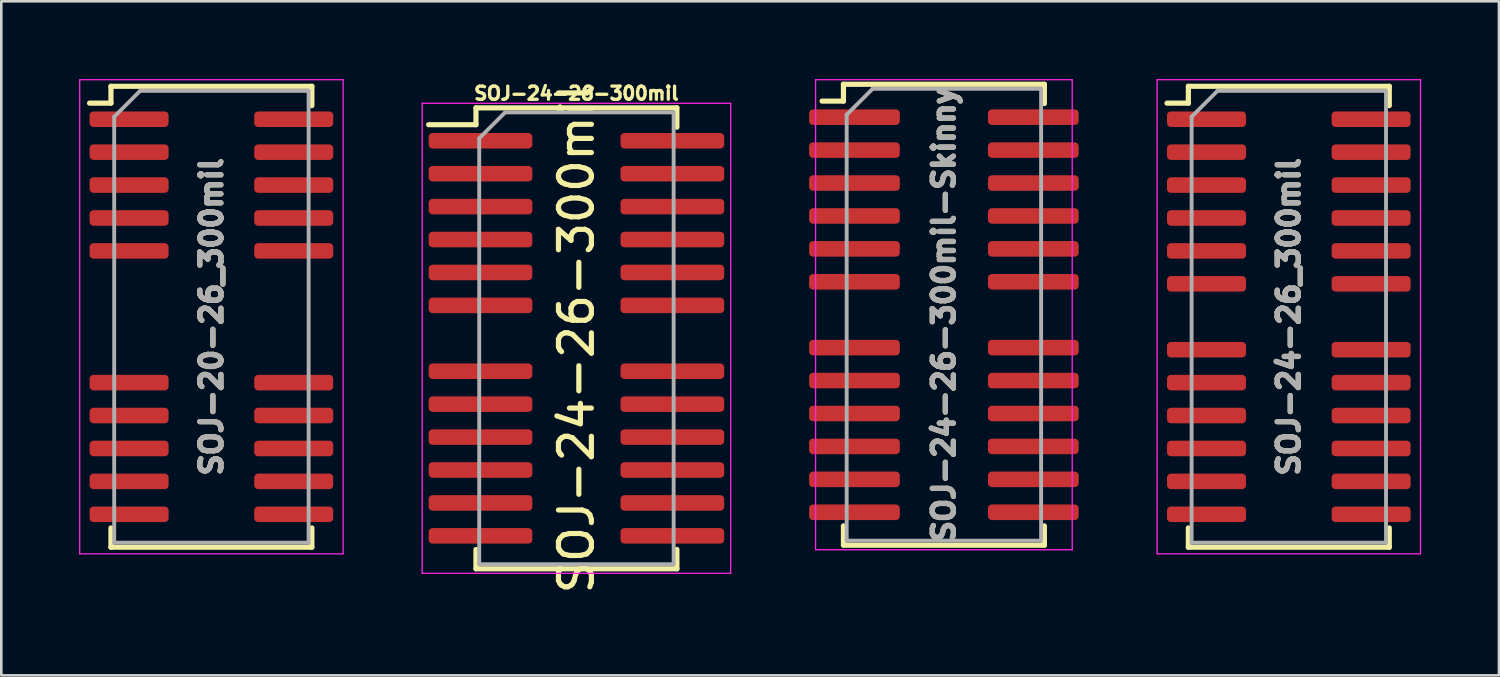
<source format=kicad_pcb>
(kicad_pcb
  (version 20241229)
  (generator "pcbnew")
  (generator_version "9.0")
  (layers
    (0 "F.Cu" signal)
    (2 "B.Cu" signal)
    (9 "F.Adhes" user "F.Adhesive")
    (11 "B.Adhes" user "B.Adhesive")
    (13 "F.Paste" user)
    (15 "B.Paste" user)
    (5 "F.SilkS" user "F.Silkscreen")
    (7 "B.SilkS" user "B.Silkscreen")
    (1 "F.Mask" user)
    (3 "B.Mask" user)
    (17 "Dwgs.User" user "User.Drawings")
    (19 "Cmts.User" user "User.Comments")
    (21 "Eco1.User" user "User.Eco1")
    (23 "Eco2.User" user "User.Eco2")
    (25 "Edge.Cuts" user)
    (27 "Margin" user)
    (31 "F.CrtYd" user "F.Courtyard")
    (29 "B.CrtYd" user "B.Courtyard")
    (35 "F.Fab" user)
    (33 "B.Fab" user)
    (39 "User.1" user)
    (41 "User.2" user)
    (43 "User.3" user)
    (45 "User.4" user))
  (footprint "SOJ-24-26-300mil-Skinny"
    (layer "F.Cu")
    (at 33.36 9.09)
    (property "Reference" "SOJ-24-26-300mil-Skinny" (at 0 0 90) (layer "F.Fab") (effects (font (size 0.813 0.813) (thickness 0.203))))
    (attr smd)
    (fp_line (start -3.875 -8.89) (end -3.875 -8.24) (stroke (width 0.2) (type solid)) (layer "F.SilkS"))
    (fp_line (start -3.875 -8.89) (end 3.875 -8.89) (stroke (width 0.2) (type solid)) (layer "F.SilkS"))
    (fp_line (start -3.875 -8.24) (end -4.7 -8.24) (stroke (width 0.2) (type solid)) (layer "F.SilkS"))
    (fp_line (start -3.875 8.89) (end -3.875 8.145) (stroke (width 0.2) (type solid)) (layer "F.SilkS"))
    (fp_line (start -3.875 8.89) (end 3.875 8.89) (stroke (width 0.2) (type solid)) (layer "F.SilkS"))
    (fp_line (start 3.875 -8.89) (end 3.875 -8.145) (stroke (width 0.2) (type solid)) (layer "F.SilkS"))
    (fp_line (start 3.875 8.89) (end 3.875 8.145) (stroke (width 0.2) (type solid)) (layer "F.SilkS"))
    (fp_line (start -4.95 -9.065) (end -4.95 9.065) (stroke (width 0.05) (type solid)) (layer "F.CrtYd"))
    (fp_line (start -4.95 -9.065) (end 4.95 -9.065) (stroke (width 0.05) (type solid)) (layer "F.CrtYd"))
    (fp_line (start -4.95 9.065) (end 4.95 9.065) (stroke (width 0.05) (type solid)) (layer "F.CrtYd"))
    (fp_line (start 4.95 -9.065) (end 4.95 9.065) (stroke (width 0.05) (type solid)) (layer "F.CrtYd"))
    (fp_line (start -3.75 -7.715) (end -2.75 -8.715) (stroke (width 0.15) (type solid)) (layer "F.Fab"))
    (fp_line (start -3.75 8.715) (end -3.75 -7.715) (stroke (width 0.15) (type solid)) (layer "F.Fab"))
    (fp_line (start -2.75 -8.715) (end 3.75 -8.715) (stroke (width 0.15) (type solid)) (layer "F.Fab"))
    (fp_line (start 3.75 -8.715) (end 3.75 8.715) (stroke (width 0.15) (type solid)) (layer "F.Fab"))
    (fp_line (start 3.75 8.715) (end -3.75 8.715) (stroke (width 0.15) (type solid)) (layer "F.Fab"))
    (fp_text user "${REFERENCE}" (at 0 0 90) (layer "F.SilkS") (effects (font (size 0.813 0.813) (thickness 0.203))))
    (pad "1" smd roundrect (at -3.45 -7.62) (size 3.5 0.6) (layers "F.Cu" "F.Mask" "F.Paste") (roundrect_rratio 0.25))
    (pad "2" smd roundrect (at -3.45 -6.35) (size 3.5 0.6) (layers "F.Cu" "F.Mask" "F.Paste") (roundrect_rratio 0.25))
    (pad "3" smd roundrect (at -3.45 -5.08) (size 3.5 0.6) (layers "F.Cu" "F.Mask" "F.Paste") (roundrect_rratio 0.25))
    (pad "4" smd roundrect (at -3.45 -3.81) (size 3.5 0.6) (layers "F.Cu" "F.Mask" "F.Paste") (roundrect_rratio 0.25))
    (pad "5" smd roundrect (at -3.45 -2.54) (size 3.5 0.6) (layers "F.Cu" "F.Mask" "F.Paste") (roundrect_rratio 0.25))
    (pad "6" smd roundrect (at -3.45 -1.27) (size 3.5 0.6) (layers "F.Cu" "F.Mask" "F.Paste") (roundrect_rratio 0.25))
    (pad "8" smd roundrect (at -3.45 1.27) (size 3.5 0.6) (layers "F.Cu" "F.Mask" "F.Paste") (roundrect_rratio 0.25))
    (pad "9" smd roundrect (at -3.45 2.54) (size 3.5 0.6) (layers "F.Cu" "F.Mask" "F.Paste") (roundrect_rratio 0.25))
    (pad "10" smd roundrect (at -3.45 3.81) (size 3.5 0.6) (layers "F.Cu" "F.Mask" "F.Paste") (roundrect_rratio 0.25))
    (pad "11" smd roundrect (at -3.45 5.08) (size 3.5 0.6) (layers "F.Cu" "F.Mask" "F.Paste") (roundrect_rratio 0.25))
    (pad "12" smd roundrect (at -3.45 6.35) (size 3.5 0.6) (layers "F.Cu" "F.Mask" "F.Paste") (roundrect_rratio 0.25))
    (pad "13" smd roundrect (at -3.45 7.62) (size 3.5 0.6) (layers "F.Cu" "F.Mask" "F.Paste") (roundrect_rratio 0.25))
    (pad "14" smd roundrect (at 3.45 7.62) (size 3.5 0.6) (layers "F.Cu" "F.Mask" "F.Paste") (roundrect_rratio 0.25))
    (pad "15" smd roundrect (at 3.45 6.35) (size 3.5 0.6) (layers "F.Cu" "F.Mask" "F.Paste") (roundrect_rratio 0.25))
    (pad "16" smd roundrect (at 3.45 5.08) (size 3.5 0.6) (layers "F.Cu" "F.Mask" "F.Paste") (roundrect_rratio 0.25))
    (pad "17" smd roundrect (at 3.45 3.81) (size 3.5 0.6) (layers "F.Cu" "F.Mask" "F.Paste") (roundrect_rratio 0.25))
    (pad "18" smd roundrect (at 3.45 2.54) (size 3.5 0.6) (layers "F.Cu" "F.Mask" "F.Paste") (roundrect_rratio 0.25))
    (pad "19" smd roundrect (at 3.45 1.27) (size 3.5 0.6) (layers "F.Cu" "F.Mask" "F.Paste") (roundrect_rratio 0.25))
    (pad "21" smd roundrect (at 3.45 -1.27) (size 3.5 0.6) (layers "F.Cu" "F.Mask" "F.Paste") (roundrect_rratio 0.25))
    (pad "22" smd roundrect (at 3.45 -2.54) (size 3.5 0.6) (layers "F.Cu" "F.Mask" "F.Paste") (roundrect_rratio 0.25))
    (pad "23" smd roundrect (at 3.45 -3.81) (size 3.5 0.6) (layers "F.Cu" "F.Mask" "F.Paste") (roundrect_rratio 0.25))
    (pad "24" smd roundrect (at 3.45 -5.08) (size 3.5 0.6) (layers "F.Cu" "F.Mask" "F.Paste") (roundrect_rratio 0.25))
    (pad "25" smd roundrect (at 3.45 -6.35) (size 3.5 0.6) (layers "F.Cu" "F.Mask" "F.Paste") (roundrect_rratio 0.25))
    (pad "26" smd roundrect (at 3.45 -7.62) (size 3.5 0.6) (layers "F.Cu" "F.Mask" "F.Paste") (roundrect_rratio 0.25)))
  (footprint "SOJ-20-26_300mil"
    (layer "F.Cu")
    (at 5.105 9.169)
    (property "Reference" "SOJ-20-26_300mil" (at 0 0 90) (layer "F.Fab") (effects (font (size 0.813 0.813) (thickness 0.203))))
    (attr smd)
    (fp_line (start -3.875 -8.89) (end -3.875 -8.24) (stroke (width 0.2) (type solid)) (layer "F.SilkS"))
    (fp_line (start -3.875 -8.89) (end 3.875 -8.89) (stroke (width 0.2) (type solid)) (layer "F.SilkS"))
    (fp_line (start -3.875 -8.24) (end -4.7 -8.24) (stroke (width 0.2) (type solid)) (layer "F.SilkS"))
    (fp_line (start -3.875 8.89) (end -3.875 8.145) (stroke (width 0.2) (type solid)) (layer "F.SilkS"))
    (fp_line (start -3.875 8.89) (end 3.875 8.89) (stroke (width 0.2) (type solid)) (layer "F.SilkS"))
    (fp_line (start 3.875 -8.89) (end 3.875 -8.145) (stroke (width 0.2) (type solid)) (layer "F.SilkS"))
    (fp_line (start 3.875 8.89) (end 3.875 8.145) (stroke (width 0.2) (type solid)) (layer "F.SilkS"))
    (fp_line (start -5.08 -9.144) (end -5.08 9.144) (stroke (width 0.05) (type solid)) (layer "F.CrtYd"))
    (fp_line (start -5.08 -9.144) (end 5.08 -9.144) (stroke (width 0.05) (type solid)) (layer "F.CrtYd"))
    (fp_line (start -5.08 9.144) (end 5.08 9.144) (stroke (width 0.05) (type solid)) (layer "F.CrtYd"))
    (fp_line (start 5.08 -9.144) (end 5.08 9.144) (stroke (width 0.05) (type solid)) (layer "F.CrtYd"))
    (fp_line (start -3.75 -7.715) (end -2.75 -8.715) (stroke (width 0.15) (type solid)) (layer "F.Fab"))
    (fp_line (start -3.75 8.715) (end -3.75 -7.715) (stroke (width 0.15) (type solid)) (layer "F.Fab"))
    (fp_line (start -2.75 -8.715) (end 3.75 -8.715) (stroke (width 0.15) (type solid)) (layer "F.Fab"))
    (fp_line (start 3.75 -8.715) (end 3.75 8.715) (stroke (width 0.15) (type solid)) (layer "F.Fab"))
    (fp_line (start 3.75 8.715) (end -3.75 8.715) (stroke (width 0.15) (type solid)) (layer "F.Fab"))
    (fp_text user "${REFERENCE}" (at 0 0 90) (layer "F.SilkS") (effects (font (size 0.813 0.813) (thickness 0.203))))
    (pad "1" smd roundrect (at -3.175 -7.62) (size 3.048 0.6) (layers "F.Cu" "F.Mask" "F.Paste") (roundrect_rratio 0.25))
    (pad "2" smd roundrect (at -3.175 -6.35) (size 3.048 0.6) (layers "F.Cu" "F.Mask" "F.Paste") (roundrect_rratio 0.25))
    (pad "3" smd roundrect (at -3.175 -5.08) (size 3.048 0.6) (layers "F.Cu" "F.Mask" "F.Paste") (roundrect_rratio 0.25))
    (pad "4" smd roundrect (at -3.175 -3.81) (size 3.048 0.6) (layers "F.Cu" "F.Mask" "F.Paste") (roundrect_rratio 0.25))
    (pad "5" smd roundrect (at -3.175 -2.54) (size 3.048 0.6) (layers "F.Cu" "F.Mask" "F.Paste") (roundrect_rratio 0.25))
    (pad "9" smd roundrect (at -3.175 2.54) (size 3.048 0.6) (layers "F.Cu" "F.Mask" "F.Paste") (roundrect_rratio 0.25))
    (pad "10" smd roundrect (at -3.175 3.81) (size 3.048 0.6) (layers "F.Cu" "F.Mask" "F.Paste") (roundrect_rratio 0.25))
    (pad "11" smd roundrect (at -3.175 5.08) (size 3.048 0.6) (layers "F.Cu" "F.Mask" "F.Paste") (roundrect_rratio 0.25))
    (pad "12" smd roundrect (at -3.175 6.35) (size 3.048 0.6) (layers "F.Cu" "F.Mask" "F.Paste") (roundrect_rratio 0.25))
    (pad "13" smd roundrect (at -3.175 7.62) (size 3.048 0.6) (layers "F.Cu" "F.Mask" "F.Paste") (roundrect_rratio 0.25))
    (pad "14" smd roundrect (at 3.175 7.62) (size 3.048 0.6) (layers "F.Cu" "F.Mask" "F.Paste") (roundrect_rratio 0.25))
    (pad "15" smd roundrect (at 3.175 6.35) (size 3.048 0.6) (layers "F.Cu" "F.Mask" "F.Paste") (roundrect_rratio 0.25))
    (pad "16" smd roundrect (at 3.175 5.08) (size 3.048 0.6) (layers "F.Cu" "F.Mask" "F.Paste") (roundrect_rratio 0.25))
    (pad "17" smd roundrect (at 3.175 3.81) (size 3.048 0.6) (layers "F.Cu" "F.Mask" "F.Paste") (roundrect_rratio 0.25))
    (pad "18" smd roundrect (at 3.175 2.54) (size 3.048 0.6) (layers "F.Cu" "F.Mask" "F.Paste") (roundrect_rratio 0.25))
    (pad "22" smd roundrect (at 3.175 -2.54) (size 3.048 0.6) (layers "F.Cu" "F.Mask" "F.Paste") (roundrect_rratio 0.25))
    (pad "23" smd roundrect (at 3.175 -3.81) (size 3.048 0.6) (layers "F.Cu" "F.Mask" "F.Paste") (roundrect_rratio 0.25))
    (pad "24" smd roundrect (at 3.175 -5.08) (size 3.048 0.6) (layers "F.Cu" "F.Mask" "F.Paste") (roundrect_rratio 0.25))
    (pad "25" smd roundrect (at 3.175 -6.35) (size 3.048 0.6) (layers "F.Cu" "F.Mask" "F.Paste") (roundrect_rratio 0.25))
    (pad "26" smd roundrect (at 3.175 -7.62) (size 3.048 0.6) (layers "F.Cu" "F.Mask" "F.Paste") (roundrect_rratio 0.25)))
  (footprint "SOJ-24-26-300mil"
    (layer "F.Cu")
    (at 19.185 10)
    (property "Reference" "SOJ-24-26-300mil" (at 0 -9.449 0) (layer "F.SilkS") (effects (font (size 0.508 0.508) (thickness 0.127))))
    (attr smd)
    (fp_line (start -3.875 -8.89) (end -3.875 -8.24) (stroke (width 0.2) (type solid)) (layer "F.SilkS"))
    (fp_line (start -3.875 -8.89) (end 3.875 -8.89) (stroke (width 0.2) (type solid)) (layer "F.SilkS"))
    (fp_line (start -3.875 -8.24) (end -5.7 -8.24) (stroke (width 0.2) (type solid)) (layer "F.SilkS"))
    (fp_line (start -3.875 8.89) (end -3.875 8.145) (stroke (width 0.2) (type solid)) (layer "F.SilkS"))
    (fp_line (start -3.875 8.89) (end 3.875 8.89) (stroke (width 0.2) (type solid)) (layer "F.SilkS"))
    (fp_line (start 3.875 -8.89) (end 3.875 -8.145) (stroke (width 0.2) (type solid)) (layer "F.SilkS"))
    (fp_line (start 3.875 8.89) (end 3.875 8.145) (stroke (width 0.2) (type solid)) (layer "F.SilkS"))
    (fp_line (start -5.95 -9.065) (end -5.95 9.065) (stroke (width 0.05) (type solid)) (layer "F.CrtYd"))
    (fp_line (start -5.95 -9.065) (end 5.95 -9.065) (stroke (width 0.05) (type solid)) (layer "F.CrtYd"))
    (fp_line (start -5.95 9.065) (end 5.95 9.065) (stroke (width 0.05) (type solid)) (layer "F.CrtYd"))
    (fp_line (start 5.95 -9.065) (end 5.95 9.065) (stroke (width 0.05) (type solid)) (layer "F.CrtYd"))
    (fp_line (start -3.75 -7.715) (end -2.75 -8.715) (stroke (width 0.15) (type solid)) (layer "F.Fab"))
    (fp_line (start -3.75 8.715) (end -3.75 -7.715) (stroke (width 0.15) (type solid)) (layer "F.Fab"))
    (fp_line (start -2.75 -8.715) (end 3.75 -8.715) (stroke (width 0.15) (type solid)) (layer "F.Fab"))
    (fp_line (start 3.75 -8.715) (end 3.75 8.715) (stroke (width 0.15) (type solid)) (layer "F.Fab"))
    (fp_line (start 3.75 8.715) (end -3.75 8.715) (stroke (width 0.15) (type solid)) (layer "F.Fab"))
    (fp_text user "${REFERENCE}" (at 0 0 90) (layer "F.SilkS") (effects (font (size 1.27 1.27) (thickness 0.2))))
    (pad "1" smd roundrect (at -3.7 -7.62) (size 4 0.6) (layers "F.Cu" "F.Mask" "F.Paste") (roundrect_rratio 0.25))
    (pad "2" smd roundrect (at -3.7 -6.35) (size 4 0.6) (layers "F.Cu" "F.Mask" "F.Paste") (roundrect_rratio 0.25))
    (pad "3" smd roundrect (at -3.7 -5.08) (size 4 0.6) (layers "F.Cu" "F.Mask" "F.Paste") (roundrect_rratio 0.25))
    (pad "4" smd roundrect (at -3.7 -3.81) (size 4 0.6) (layers "F.Cu" "F.Mask" "F.Paste") (roundrect_rratio 0.25))
    (pad "5" smd roundrect (at -3.7 -2.54) (size 4 0.6) (layers "F.Cu" "F.Mask" "F.Paste") (roundrect_rratio 0.25))
    (pad "6" smd roundrect (at -3.7 -1.27) (size 4 0.6) (layers "F.Cu" "F.Mask" "F.Paste") (roundrect_rratio 0.25))
    (pad "8" smd roundrect (at -3.7 1.27) (size 4 0.6) (layers "F.Cu" "F.Mask" "F.Paste") (roundrect_rratio 0.25))
    (pad "9" smd roundrect (at -3.7 2.54) (size 4 0.6) (layers "F.Cu" "F.Mask" "F.Paste") (roundrect_rratio 0.25))
    (pad "10" smd roundrect (at -3.7 3.81) (size 4 0.6) (layers "F.Cu" "F.Mask" "F.Paste") (roundrect_rratio 0.25))
    (pad "11" smd roundrect (at -3.7 5.08) (size 4 0.6) (layers "F.Cu" "F.Mask" "F.Paste") (roundrect_rratio 0.25))
    (pad "12" smd roundrect (at -3.7 6.35) (size 4 0.6) (layers "F.Cu" "F.Mask" "F.Paste") (roundrect_rratio 0.25))
    (pad "13" smd roundrect (at -3.7 7.62) (size 4 0.6) (layers "F.Cu" "F.Mask" "F.Paste") (roundrect_rratio 0.25))
    (pad "14" smd roundrect (at 3.7 7.62) (size 4 0.6) (layers "F.Cu" "F.Mask" "F.Paste") (roundrect_rratio 0.25))
    (pad "15" smd roundrect (at 3.7 6.35) (size 4 0.6) (layers "F.Cu" "F.Mask" "F.Paste") (roundrect_rratio 0.25))
    (pad "16" smd roundrect (at 3.7 5.08) (size 4 0.6) (layers "F.Cu" "F.Mask" "F.Paste") (roundrect_rratio 0.25))
    (pad "17" smd roundrect (at 3.7 3.81) (size 4 0.6) (layers "F.Cu" "F.Mask" "F.Paste") (roundrect_rratio 0.25))
    (pad "18" smd roundrect (at 3.7 2.54) (size 4 0.6) (layers "F.Cu" "F.Mask" "F.Paste") (roundrect_rratio 0.25))
    (pad "19" smd roundrect (at 3.7 1.27) (size 4 0.6) (layers "F.Cu" "F.Mask" "F.Paste") (roundrect_rratio 0.25))
    (pad "21" smd roundrect (at 3.7 -1.27) (size 4 0.6) (layers "F.Cu" "F.Mask" "F.Paste") (roundrect_rratio 0.25))
    (pad "22" smd roundrect (at 3.7 -2.54) (size 4 0.6) (layers "F.Cu" "F.Mask" "F.Paste") (roundrect_rratio 0.25))
    (pad "23" smd roundrect (at 3.7 -3.81) (size 4 0.6) (layers "F.Cu" "F.Mask" "F.Paste") (roundrect_rratio 0.25))
    (pad "24" smd roundrect (at 3.7 -5.08) (size 4 0.6) (layers "F.Cu" "F.Mask" "F.Paste") (roundrect_rratio 0.25))
    (pad "25" smd roundrect (at 3.7 -6.35) (size 4 0.6) (layers "F.Cu" "F.Mask" "F.Paste") (roundrect_rratio 0.25))
    (pad "26" smd roundrect (at 3.7 -7.62) (size 4 0.6) (layers "F.Cu" "F.Mask" "F.Paste") (roundrect_rratio 0.25)))
  (footprint "SOJ-24-26_300mil"
    (layer "F.Cu")
    (at 46.665 9.169)
    (property "Reference" "SOJ-24-26_300mil" (at 0 0 90) (layer "F.Fab") (effects (font (size 0.813 0.813) (thickness 0.203))))
    (attr smd)
    (fp_line (start -3.875 -8.89) (end -3.875 -8.24) (stroke (width 0.2) (type solid)) (layer "F.SilkS"))
    (fp_line (start -3.875 -8.89) (end 3.875 -8.89) (stroke (width 0.2) (type solid)) (layer "F.SilkS"))
    (fp_line (start -3.875 -8.24) (end -4.7 -8.24) (stroke (width 0.2) (type solid)) (layer "F.SilkS"))
    (fp_line (start -3.875 8.89) (end -3.875 8.145) (stroke (width 0.2) (type solid)) (layer "F.SilkS"))
    (fp_line (start -3.875 8.89) (end 3.875 8.89) (stroke (width 0.2) (type solid)) (layer "F.SilkS"))
    (fp_line (start 3.875 -8.89) (end 3.875 -8.145) (stroke (width 0.2) (type solid)) (layer "F.SilkS"))
    (fp_line (start 3.875 8.89) (end 3.875 8.145) (stroke (width 0.2) (type solid)) (layer "F.SilkS"))
    (fp_line (start -5.08 -9.144) (end -5.08 9.144) (stroke (width 0.05) (type solid)) (layer "F.CrtYd"))
    (fp_line (start -5.08 -9.144) (end 5.08 -9.144) (stroke (width 0.05) (type solid)) (layer "F.CrtYd"))
    (fp_line (start -5.08 9.144) (end 5.08 9.144) (stroke (width 0.05) (type solid)) (layer "F.CrtYd"))
    (fp_line (start 5.08 -9.144) (end 5.08 9.144) (stroke (width 0.05) (type solid)) (layer "F.CrtYd"))
    (fp_line (start -3.75 -7.715) (end -2.75 -8.715) (stroke (width 0.15) (type solid)) (layer "F.Fab"))
    (fp_line (start -3.75 8.715) (end -3.75 -7.715) (stroke (width 0.15) (type solid)) (layer "F.Fab"))
    (fp_line (start -2.75 -8.715) (end 3.75 -8.715) (stroke (width 0.15) (type solid)) (layer "F.Fab"))
    (fp_line (start 3.75 -8.715) (end 3.75 8.715) (stroke (width 0.15) (type solid)) (layer "F.Fab"))
    (fp_line (start 3.75 8.715) (end -3.75 8.715) (stroke (width 0.15) (type solid)) (layer "F.Fab"))
    (fp_text user "${REFERENCE}" (at 0 0 90) (layer "F.SilkS") (effects (font (size 0.813 0.813) (thickness 0.203))))
    (pad "1" smd roundrect (at -3.175 -7.62) (size 3.048 0.6) (layers "F.Cu" "F.Mask" "F.Paste") (roundrect_rratio 0.25))
    (pad "2" smd roundrect (at -3.175 -6.35) (size 3.048 0.6) (layers "F.Cu" "F.Mask" "F.Paste") (roundrect_rratio 0.25))
    (pad "3" smd roundrect (at -3.175 -5.08) (size 3.048 0.6) (layers "F.Cu" "F.Mask" "F.Paste") (roundrect_rratio 0.25))
    (pad "4" smd roundrect (at -3.175 -3.81) (size 3.048 0.6) (layers "F.Cu" "F.Mask" "F.Paste") (roundrect_rratio 0.25))
    (pad "5" smd roundrect (at -3.175 -2.54) (size 3.048 0.6) (layers "F.Cu" "F.Mask" "F.Paste") (roundrect_rratio 0.25))
    (pad "6" smd roundrect (at -3.175 -1.27) (size 3.048 0.6) (layers "F.Cu" "F.Mask" "F.Paste") (roundrect_rratio 0.25))
    (pad "8" smd roundrect (at -3.175 1.27) (size 3.048 0.6) (layers "F.Cu" "F.Mask" "F.Paste") (roundrect_rratio 0.25))
    (pad "9" smd roundrect (at -3.175 2.54) (size 3.048 0.6) (layers "F.Cu" "F.Mask" "F.Paste") (roundrect_rratio 0.25))
    (pad "10" smd roundrect (at -3.175 3.81) (size 3.048 0.6) (layers "F.Cu" "F.Mask" "F.Paste") (roundrect_rratio 0.25))
    (pad "11" smd roundrect (at -3.175 5.08) (size 3.048 0.6) (layers "F.Cu" "F.Mask" "F.Paste") (roundrect_rratio 0.25))
    (pad "12" smd roundrect (at -3.175 6.35) (size 3.048 0.6) (layers "F.Cu" "F.Mask" "F.Paste") (roundrect_rratio 0.25))
    (pad "13" smd roundrect (at -3.175 7.62) (size 3.048 0.6) (layers "F.Cu" "F.Mask" "F.Paste") (roundrect_rratio 0.25))
    (pad "14" smd roundrect (at 3.175 7.62) (size 3.048 0.6) (layers "F.Cu" "F.Mask" "F.Paste") (roundrect_rratio 0.25))
    (pad "15" smd roundrect (at 3.175 6.35) (size 3.048 0.6) (layers "F.Cu" "F.Mask" "F.Paste") (roundrect_rratio 0.25))
    (pad "16" smd roundrect (at 3.175 5.08) (size 3.048 0.6) (layers "F.Cu" "F.Mask" "F.Paste") (roundrect_rratio 0.25))
    (pad "17" smd roundrect (at 3.175 3.81) (size 3.048 0.6) (layers "F.Cu" "F.Mask" "F.Paste") (roundrect_rratio 0.25))
    (pad "18" smd roundrect (at 3.175 2.54) (size 3.048 0.6) (layers "F.Cu" "F.Mask" "F.Paste") (roundrect_rratio 0.25))
    (pad "19" smd roundrect (at 3.175 1.27) (size 3.048 0.6) (layers "F.Cu" "F.Mask" "F.Paste") (roundrect_rratio 0.25))
    (pad "21" smd roundrect (at 3.175 -1.27) (size 3.048 0.6) (layers "F.Cu" "F.Mask" "F.Paste") (roundrect_rratio 0.25))
    (pad "22" smd roundrect (at 3.175 -2.54) (size 3.048 0.6) (layers "F.Cu" "F.Mask" "F.Paste") (roundrect_rratio 0.25))
    (pad "23" smd roundrect (at 3.175 -3.81) (size 3.048 0.6) (layers "F.Cu" "F.Mask" "F.Paste") (roundrect_rratio 0.25))
    (pad "24" smd roundrect (at 3.175 -5.08) (size 3.048 0.6) (layers "F.Cu" "F.Mask" "F.Paste") (roundrect_rratio 0.25))
    (pad "25" smd roundrect (at 3.175 -6.35) (size 3.048 0.6) (layers "F.Cu" "F.Mask" "F.Paste") (roundrect_rratio 0.25))
    (pad "26" smd roundrect (at 3.175 -7.62) (size 3.048 0.6) (layers "F.Cu" "F.Mask" "F.Paste") (roundrect_rratio 0.25)))
  (gr_rect
    (start -3 -3)
    (end 54.77 23.001)
    (stroke (width 0.1) (type default))
    (fill no)
    (layer "Edge.Cuts")))
</source>
